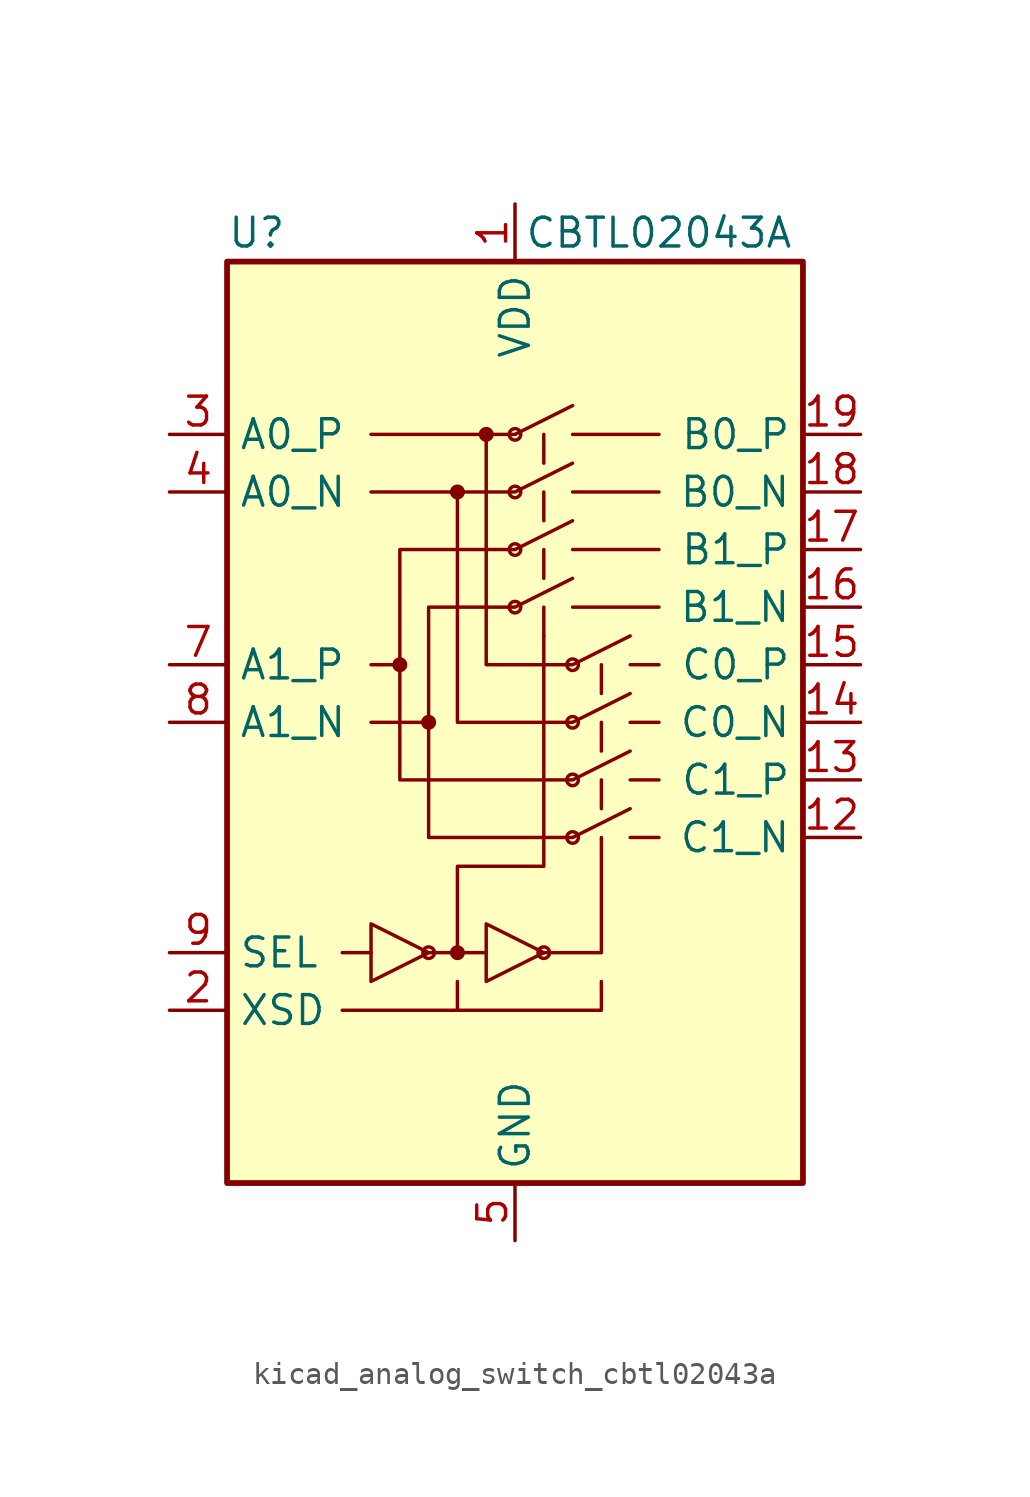
<source format=kicad_sym>
(kicad_symbol_lib
  (version 20220914)
  (generator kicad_symbol_editor)
  (symbol "kicad_analog_switch_cbtl02043a"
    (property "Reference" "U"
      (at -12.7 21.59 0)
      (effects (font (size 1.27 1.27)) (justify left)))
    (property "Value" "CBTL02043A"
      (at 6.35 21.59 0)
      (effects (font (size 1.27 1.27))))
    (symbol "kicad_analog_switch_cbtl02043a_0_1"
      (rectangle (start -12.7 20.32) (end 12.7 -20.32) (stroke (width 0.254) (type default)) (fill (type background)))
      (circle (center -5.08 2.54) (radius 0.254) (stroke (width 0) (type default)) (fill (type outline)))
      (circle (center -3.81 0) (radius 0.254) (stroke (width 0) (type default)) (fill (type outline)))
      (circle (center -2.54 10.16) (radius 0.254) (stroke (width 0) (type default)) (fill (type outline)))
      (circle (center -1.27 12.7) (radius 0.254) (stroke (width 0) (type default)) (fill (type outline)))
      (polyline (pts (xy -7.62 -10.16) (xy -6.35 -10.16)) (stroke (width 0) (type default)) (fill (type none)))
      (polyline (pts (xy -7.62 -12.7) (xy -2.54 -12.7) (xy -2.54 -11.43)) (stroke (width 0) (type default)) (fill (type none)))
      (polyline (pts (xy -2.54 -12.7) (xy 3.81 -12.7) (xy 3.81 -11.43)) (stroke (width 0) (type default)) (fill (type none)))
      (polyline (pts (xy 1.27 -10.16) (xy -1.27 -8.89) (xy -1.27 -11.43) (xy 1.27 -10.16)) (stroke (width 0) (type default)) (fill (type none)))
      (polyline (pts (xy 5.08 -3.81) (xy 2.54 -5.08) (xy -3.81 -5.08) (xy -3.81 0)) (stroke (width 0) (type default)) (fill (type none)))
      (polyline (pts (xy 5.08 -1.27) (xy 2.54 -2.54) (xy -5.08 -2.54) (xy -5.08 2.54)) (stroke (width 0) (type default)) (fill (type none)))
      (polyline (pts (xy 5.08 1.27) (xy 2.54 0) (xy -2.54 0) (xy -2.54 10.16)) (stroke (width 0) (type default)) (fill (type none)))
      (polyline (pts (xy 5.08 3.81) (xy 2.54 2.54) (xy -1.27 2.54) (xy -1.27 12.7)) (stroke (width 0) (type default)) (fill (type none))))
    (symbol "kicad_analog_switch_cbtl02043a_1_1"
      (circle (center -3.81 -10.16) (radius 0.254) (stroke (width 0) (type default)) (fill (type none)))
      (circle (center -2.54 -10.16) (radius 0.254) (stroke (width 0) (type default)) (fill (type outline)))
      (polyline (pts (xy -2.54 -10.16) (xy -1.27 -10.16)) (stroke (width 0) (type default)) (fill (type none)))
      (polyline (pts (xy 1.27 5.08) (xy 1.27 3.81)) (stroke (width 0) (type default)) (fill (type none)))
      (polyline (pts (xy 1.27 7.62) (xy 1.27 6.35)) (stroke (width 0) (type default)) (fill (type none)))
      (polyline (pts (xy 1.27 10.16) (xy 1.27 8.89)) (stroke (width 0) (type default)) (fill (type none)))
      (polyline (pts (xy 1.27 12.7) (xy 1.27 11.43)) (stroke (width 0) (type default)) (fill (type none)))
      (polyline (pts (xy 3.81 -3.81) (xy 3.81 -2.54)) (stroke (width 0) (type default)) (fill (type none)))
      (polyline (pts (xy 3.81 -1.27) (xy 3.81 0)) (stroke (width 0) (type default)) (fill (type none)))
      (polyline (pts (xy 3.81 1.27) (xy 3.81 2.54)) (stroke (width 0) (type default)) (fill (type none)))
      (polyline (pts (xy 6.35 -5.08) (xy 5.08 -5.08)) (stroke (width 0) (type default)) (fill (type none)))
      (polyline (pts (xy 6.35 -2.54) (xy 5.08 -2.54)) (stroke (width 0) (type default)) (fill (type none)))
      (polyline (pts (xy 6.35 0) (xy 5.08 0)) (stroke (width 0) (type default)) (fill (type none)))
      (polyline (pts (xy 6.35 2.54) (xy 5.08 2.54)) (stroke (width 0) (type default)) (fill (type none)))
      (polyline (pts (xy 6.35 5.08) (xy 2.54 5.08)) (stroke (width 0) (type default)) (fill (type none)))
      (polyline (pts (xy 6.35 7.62) (xy 2.54 7.62)) (stroke (width 0) (type default)) (fill (type none)))
      (polyline (pts (xy 6.35 10.16) (xy 2.54 10.16)) (stroke (width 0) (type default)) (fill (type none)))
      (polyline (pts (xy 6.35 12.7) (xy 2.54 12.7)) (stroke (width 0) (type default)) (fill (type none)))
      (polyline (pts (xy -6.35 10.16) (xy 0 10.16) (xy 2.54 11.43)) (stroke (width 0) (type default)) (fill (type none)))
      (polyline (pts (xy -6.35 12.7) (xy 0 12.7) (xy 2.54 13.97)) (stroke (width 0) (type default)) (fill (type none)))
      (polyline (pts (xy 1.27 -10.16) (xy 3.81 -10.16) (xy 3.81 -5.08)) (stroke (width 0) (type default)) (fill (type none)))
      (polyline (pts (xy -3.81 -10.16) (xy -6.35 -8.89) (xy -6.35 -11.43) (xy -3.81 -10.16)) (stroke (width 0) (type default)) (fill (type none)))
      (polyline (pts (xy -6.35 0) (xy -3.81 0) (xy -3.81 5.08) (xy 0 5.08) (xy 2.54 6.35)) (stroke (width 0) (type default)) (fill (type none)))
      (polyline (pts (xy -6.35 2.54) (xy -5.08 2.54) (xy -5.08 7.62) (xy 0 7.62) (xy 2.54 8.89)) (stroke (width 0) (type default)) (fill (type none)))
      (polyline (pts (xy 1.27 3.81) (xy 1.27 -6.35) (xy -2.54 -6.35) (xy -2.54 -10.16) (xy -3.81 -10.16)) (stroke (width 0) (type default)) (fill (type none)))
      (circle (center 0 5.08) (radius 0.254) (stroke (width 0) (type default)) (fill (type none)))
      (circle (center 0 7.62) (radius 0.254) (stroke (width 0) (type default)) (fill (type none)))
      (circle (center 0 10.16) (radius 0.254) (stroke (width 0) (type default)) (fill (type none)))
      (circle (center 0 12.7) (radius 0.254) (stroke (width 0) (type default)) (fill (type none)))
      (circle (center 1.27 -10.16) (radius 0.254) (stroke (width 0) (type default)) (fill (type none)))
      (circle (center 2.54 -5.08) (radius 0.254) (stroke (width 0) (type default)) (fill (type none)))
      (circle (center 2.54 -2.54) (radius 0.254) (stroke (width 0) (type default)) (fill (type none)))
      (circle (center 2.54 0) (radius 0.254) (stroke (width 0) (type default)) (fill (type none)))
      (circle (center 2.54 2.54) (radius 0.254) (stroke (width 0) (type default)) (fill (type none)))
      (pin power_in line (at 0 22.86 270) (length 2.54) (name "VDD" (effects (font (size 1.27 1.27)))) (number "1" (effects (font (size 1.27 1.27)))))
      (pin passive line (at 0 22.86 270) (length 2.54) hide (name "VDD" (effects (font (size 1.27 1.27)))) (number "10" (effects (font (size 1.27 1.27)))))
      (pin passive line (at 0 -22.86 90) (length 2.54) hide (name "GND" (effects (font (size 1.27 1.27)))) (number "11" (effects (font (size 1.27 1.27)))))
      (pin passive line (at 15.24 -5.08 180) (length 2.54) (name "C1_N" (effects (font (size 1.27 1.27)))) (number "12" (effects (font (size 1.27 1.27)))))
      (pin passive line (at 15.24 -2.54 180) (length 2.54) (name "C1_P" (effects (font (size 1.27 1.27)))) (number "13" (effects (font (size 1.27 1.27)))))
      (pin passive line (at 15.24 0 180) (length 2.54) (name "C0_N" (effects (font (size 1.27 1.27)))) (number "14" (effects (font (size 1.27 1.27)))))
      (pin passive line (at 15.24 2.54 180) (length 2.54) (name "C0_P" (effects (font (size 1.27 1.27)))) (number "15" (effects (font (size 1.27 1.27)))))
      (pin passive line (at 15.24 5.08 180) (length 2.54) (name "B1_N" (effects (font (size 1.27 1.27)))) (number "16" (effects (font (size 1.27 1.27)))))
      (pin passive line (at 15.24 7.62 180) (length 2.54) (name "B1_P" (effects (font (size 1.27 1.27)))) (number "17" (effects (font (size 1.27 1.27)))))
      (pin passive line (at 15.24 10.16 180) (length 2.54) (name "B0_N" (effects (font (size 1.27 1.27)))) (number "18" (effects (font (size 1.27 1.27)))))
      (pin passive line (at 15.24 12.7 180) (length 2.54) (name "B0_P" (effects (font (size 1.27 1.27)))) (number "19" (effects (font (size 1.27 1.27)))))
      (pin input line (at -15.24 -12.7 0) (length 2.54) (name "XSD" (effects (font (size 1.27 1.27)))) (number "2" (effects (font (size 1.27 1.27)))))
      (pin passive line (at 0 -22.86 90) (length 2.54) hide (name "GND" (effects (font (size 1.27 1.27)))) (number "20" (effects (font (size 1.27 1.27)))))
      (pin passive line (at 0 -22.86 90) (length 2.54) hide (name "GND" (effects (font (size 1.27 1.27)))) (number "21" (effects (font (size 1.27 1.27)))))
      (pin passive line (at -15.24 12.7 0) (length 2.54) (name "A0_P" (effects (font (size 1.27 1.27)))) (number "3" (effects (font (size 1.27 1.27)))))
      (pin passive line (at -15.24 10.16 0) (length 2.54) (name "A0_N" (effects (font (size 1.27 1.27)))) (number "4" (effects (font (size 1.27 1.27)))))
      (pin power_in line (at 0 -22.86 90) (length 2.54) (name "GND" (effects (font (size 1.27 1.27)))) (number "5" (effects (font (size 1.27 1.27)))))
      (pin passive line (at 0 22.86 270) (length 2.54) hide (name "VDD" (effects (font (size 1.27 1.27)))) (number "6" (effects (font (size 1.27 1.27)))))
      (pin passive line (at -15.24 2.54 0) (length 2.54) (name "A1_P" (effects (font (size 1.27 1.27)))) (number "7" (effects (font (size 1.27 1.27)))))
      (pin passive line (at -15.24 0 0) (length 2.54) (name "A1_N" (effects (font (size 1.27 1.27)))) (number "8" (effects (font (size 1.27 1.27)))))
      (pin input line (at -15.24 -10.16 0) (length 2.54) (name "SEL" (effects (font (size 1.27 1.27)))) (number "9" (effects (font (size 1.27 1.27))))))))
</source>
